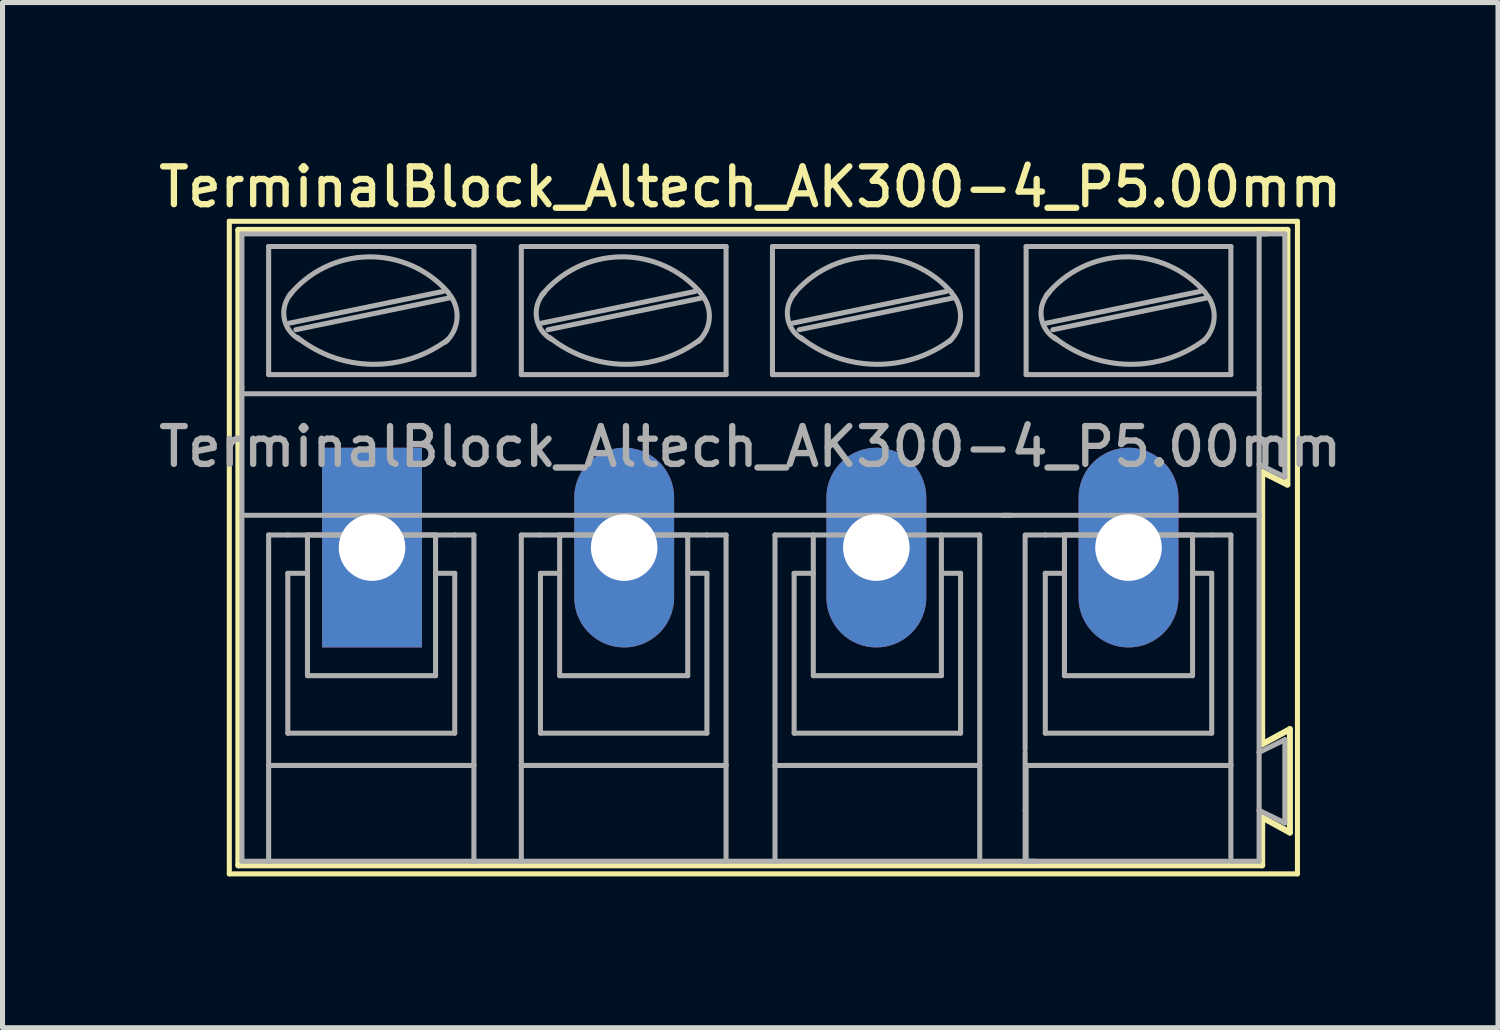
<source format=kicad_pcb>
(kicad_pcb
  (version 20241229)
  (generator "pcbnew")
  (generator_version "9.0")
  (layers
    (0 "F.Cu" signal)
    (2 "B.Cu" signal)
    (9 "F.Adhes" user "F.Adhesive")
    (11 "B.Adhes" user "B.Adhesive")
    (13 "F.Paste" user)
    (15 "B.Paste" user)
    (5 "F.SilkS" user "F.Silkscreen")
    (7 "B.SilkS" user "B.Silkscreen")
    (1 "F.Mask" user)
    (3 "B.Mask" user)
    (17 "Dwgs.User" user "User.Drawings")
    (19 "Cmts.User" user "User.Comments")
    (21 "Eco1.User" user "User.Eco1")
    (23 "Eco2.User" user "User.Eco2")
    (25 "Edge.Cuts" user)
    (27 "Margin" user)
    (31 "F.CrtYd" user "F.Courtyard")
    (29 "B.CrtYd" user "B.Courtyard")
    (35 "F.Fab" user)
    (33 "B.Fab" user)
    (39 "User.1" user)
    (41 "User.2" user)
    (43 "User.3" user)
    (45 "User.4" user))
  (footprint "TerminalBlock_Altech_AK300-4_P5.00mm"
    (layer "F.Cu")
    (at 4.327 7.808)
    (property "Reference" "TerminalBlock_Altech_AK300-4_P5.00mm" (at 7.5 -7.15 0) (layer "F.SilkS") (effects (font (size 0.75 0.75) (thickness 0.125))))
    (attr through_hole)
    (fp_line (start -2.83 -6.47) (end -2.83 6.47) (stroke (width 0.1) (type solid)) (layer "F.SilkS"))
    (fp_line (start -2.83 -6.47) (end 18.35 -6.47) (stroke (width 0.1) (type solid)) (layer "F.SilkS"))
    (fp_line (start -2.65 -6.3) (end 18.15 -6.3) (stroke (width 0.12) (type solid)) (layer "F.SilkS"))
    (fp_line (start -2.65 6.3) (end -2.65 -6.3) (stroke (width 0.12) (type solid)) (layer "F.SilkS"))
    (fp_line (start 17.65 -1.5) (end 17.65 3.9) (stroke (width 0.12) (type solid)) (layer "F.SilkS"))
    (fp_line (start 17.65 3.9) (end 18.2 3.6) (stroke (width 0.12) (type solid)) (layer "F.SilkS"))
    (fp_line (start 17.65 5.35) (end 17.65 6.3) (stroke (width 0.12) (type solid)) (layer "F.SilkS"))
    (fp_line (start 17.65 6.3) (end -2.65 6.3) (stroke (width 0.12) (type solid)) (layer "F.SilkS"))
    (fp_line (start 18.15 -6.3) (end 18.15 -1.25) (stroke (width 0.12) (type solid)) (layer "F.SilkS"))
    (fp_line (start 18.15 -1.25) (end 17.65 -1.5) (stroke (width 0.12) (type solid)) (layer "F.SilkS"))
    (fp_line (start 18.2 3.6) (end 18.2 5.65) (stroke (width 0.12) (type solid)) (layer "F.SilkS"))
    (fp_line (start 18.2 5.65) (end 17.65 5.35) (stroke (width 0.12) (type solid)) (layer "F.SilkS"))
    (fp_line (start 18.35 6.47) (end -2.83 6.47) (stroke (width 0.1) (type solid)) (layer "F.SilkS"))
    (fp_line (start 18.35 6.47) (end 18.35 -6.47) (stroke (width 0.1) (type solid)) (layer "F.SilkS"))
    (fp_line (start -2.58 -3.17) (end -2.58 -6.22) (stroke (width 0.1) (type solid)) (layer "F.Fab"))
    (fp_line (start -2.58 -0.64) (end -2.58 -3.17) (stroke (width 0.1) (type solid)) (layer "F.Fab"))
    (fp_line (start -2.58 6.22) (end -2.58 -0.64) (stroke (width 0.1) (type solid)) (layer "F.Fab"))
    (fp_line (start -2.58 6.22) (end -2.05 6.22) (stroke (width 0.1) (type solid)) (layer "F.Fab"))
    (fp_line (start -2.05 -3.43) (end -2.05 -5.97) (stroke (width 0.1) (type solid)) (layer "F.Fab"))
    (fp_line (start -2.05 -0.25) (end -2.05 4.32) (stroke (width 0.1) (type solid)) (layer "F.Fab"))
    (fp_line (start -2.05 -0.25) (end -1.67 -0.25) (stroke (width 0.1) (type solid)) (layer "F.Fab"))
    (fp_line (start -2.05 4.32) (end -2.05 6.22) (stroke (width 0.1) (type solid)) (layer "F.Fab"))
    (fp_line (start -2.05 6.22) (end 2.02 6.22) (stroke (width 0.1) (type solid)) (layer "F.Fab"))
    (fp_line (start -1.67 0.51) (end -1.28 0.51) (stroke (width 0.1) (type solid)) (layer "F.Fab"))
    (fp_line (start -1.67 3.68) (end -1.67 0.51) (stroke (width 0.1) (type solid)) (layer "F.Fab"))
    (fp_line (start -1.64 -4.45) (end 1.41 -5.08) (stroke (width 0.1) (type solid)) (layer "F.Fab"))
    (fp_line (start -1.51 -4.32) (end 1.53 -4.95) (stroke (width 0.1) (type solid)) (layer "F.Fab"))
    (fp_line (start -1.28 -0.25) (end 1.26 -0.25) (stroke (width 0.1) (type solid)) (layer "F.Fab"))
    (fp_line (start -1.28 2.54) (end -1.28 -0.25) (stroke (width 0.1) (type solid)) (layer "F.Fab"))
    (fp_line (start -1.28 2.54) (end 1.26 2.54) (stroke (width 0.1) (type solid)) (layer "F.Fab"))
    (fp_line (start 1.26 2.54) (end 1.26 -0.25) (stroke (width 0.1) (type solid)) (layer "F.Fab"))
    (fp_line (start 1.64 -0.25) (end -1.67 -0.25) (stroke (width 0.1) (type solid)) (layer "F.Fab"))
    (fp_line (start 1.64 0.51) (end 1.26 0.51) (stroke (width 0.1) (type solid)) (layer "F.Fab"))
    (fp_line (start 1.64 3.68) (end -1.67 3.68) (stroke (width 0.1) (type solid)) (layer "F.Fab"))
    (fp_line (start 1.64 3.68) (end 1.64 0.51) (stroke (width 0.1) (type solid)) (layer "F.Fab"))
    (fp_line (start 2.02 -5.97) (end -2.05 -5.97) (stroke (width 0.1) (type solid)) (layer "F.Fab"))
    (fp_line (start 2.02 -3.43) (end -2.05 -3.43) (stroke (width 0.1) (type solid)) (layer "F.Fab"))
    (fp_line (start 2.02 -3.43) (end 2.02 -5.97) (stroke (width 0.1) (type solid)) (layer "F.Fab"))
    (fp_line (start 2.02 -0.25) (end 1.64 -0.25) (stroke (width 0.1) (type solid)) (layer "F.Fab"))
    (fp_line (start 2.02 4.32) (end -2.05 4.32) (stroke (width 0.1) (type solid)) (layer "F.Fab"))
    (fp_line (start 2.02 4.32) (end 2.02 -0.25) (stroke (width 0.1) (type solid)) (layer "F.Fab"))
    (fp_line (start 2.02 6.22) (end 2.02 4.32) (stroke (width 0.1) (type solid)) (layer "F.Fab"))
    (fp_line (start 2.02 6.22) (end 2.96 6.22) (stroke (width 0.1) (type solid)) (layer "F.Fab"))
    (fp_line (start 2.96 -5.97) (end 7.02 -5.97) (stroke (width 0.1) (type solid)) (layer "F.Fab"))
    (fp_line (start 2.96 -3.43) (end 2.96 -5.97) (stroke (width 0.1) (type solid)) (layer "F.Fab"))
    (fp_line (start 2.96 -0.25) (end 3.34 -0.25) (stroke (width 0.1) (type solid)) (layer "F.Fab"))
    (fp_line (start 2.96 4.32) (end 2.96 -0.25) (stroke (width 0.1) (type solid)) (layer "F.Fab"))
    (fp_line (start 2.96 4.32) (end 7.02 4.32) (stroke (width 0.1) (type solid)) (layer "F.Fab"))
    (fp_line (start 2.96 6.22) (end 2.96 4.32) (stroke (width 0.1) (type solid)) (layer "F.Fab"))
    (fp_line (start 2.96 6.22) (end 7.02 6.22) (stroke (width 0.1) (type solid)) (layer "F.Fab"))
    (fp_line (start 3.34 -0.25) (end 6.64 -0.25) (stroke (width 0.1) (type solid)) (layer "F.Fab"))
    (fp_line (start 3.34 0.51) (end 3.72 0.51) (stroke (width 0.1) (type solid)) (layer "F.Fab"))
    (fp_line (start 3.34 3.68) (end 3.34 0.51) (stroke (width 0.1) (type solid)) (layer "F.Fab"))
    (fp_line (start 3.36 -4.45) (end 6.41 -5.08) (stroke (width 0.1) (type solid)) (layer "F.Fab"))
    (fp_line (start 3.49 -4.32) (end 6.54 -4.95) (stroke (width 0.1) (type solid)) (layer "F.Fab"))
    (fp_line (start 3.72 -0.25) (end 6.26 -0.25) (stroke (width 0.1) (type solid)) (layer "F.Fab"))
    (fp_line (start 3.72 2.54) (end 3.72 -0.25) (stroke (width 0.1) (type solid)) (layer "F.Fab"))
    (fp_line (start 3.72 2.54) (end 6.26 2.54) (stroke (width 0.1) (type solid)) (layer "F.Fab"))
    (fp_line (start 6.26 2.54) (end 6.26 -0.25) (stroke (width 0.1) (type solid)) (layer "F.Fab"))
    (fp_line (start 6.64 0.51) (end 6.26 0.51) (stroke (width 0.1) (type solid)) (layer "F.Fab"))
    (fp_line (start 6.64 3.68) (end 3.34 3.68) (stroke (width 0.1) (type solid)) (layer "F.Fab"))
    (fp_line (start 6.64 3.68) (end 6.64 0.51) (stroke (width 0.1) (type solid)) (layer "F.Fab"))
    (fp_line (start 7.02 -5.97) (end 7.02 -3.43) (stroke (width 0.1) (type solid)) (layer "F.Fab"))
    (fp_line (start 7.02 -3.43) (end 2.96 -3.43) (stroke (width 0.1) (type solid)) (layer "F.Fab"))
    (fp_line (start 7.02 -0.25) (end 6.64 -0.25) (stroke (width 0.1) (type solid)) (layer "F.Fab"))
    (fp_line (start 7.02 -0.25) (end 7.02 4.32) (stroke (width 0.1) (type solid)) (layer "F.Fab"))
    (fp_line (start 7.02 4.32) (end 7.02 6.22) (stroke (width 0.1) (type solid)) (layer "F.Fab"))
    (fp_line (start 7.94 -5.97) (end 12 -5.97) (stroke (width 0.1) (type solid)) (layer "F.Fab"))
    (fp_line (start 7.94 -3.43) (end 7.94 -5.97) (stroke (width 0.1) (type solid)) (layer "F.Fab"))
    (fp_line (start 7.99 -0.25) (end 12.05 -0.25) (stroke (width 0.1) (type solid)) (layer "F.Fab"))
    (fp_line (start 7.99 4.32) (end 12.05 4.32) (stroke (width 0.1) (type solid)) (layer "F.Fab"))
    (fp_line (start 7.99 6.22) (end 7.99 -0.25) (stroke (width 0.1) (type solid)) (layer "F.Fab"))
    (fp_line (start 8.34 -4.45) (end 11.39 -5.08) (stroke (width 0.1) (type solid)) (layer "F.Fab"))
    (fp_line (start 8.37 0.51) (end 8.37 3.68) (stroke (width 0.1) (type solid)) (layer "F.Fab"))
    (fp_line (start 8.37 0.51) (end 8.75 0.51) (stroke (width 0.1) (type solid)) (layer "F.Fab"))
    (fp_line (start 8.37 3.68) (end 11.67 3.68) (stroke (width 0.1) (type solid)) (layer "F.Fab"))
    (fp_line (start 8.47 -4.32) (end 11.52 -4.95) (stroke (width 0.1) (type solid)) (layer "F.Fab"))
    (fp_line (start 8.75 -0.25) (end 8.75 2.54) (stroke (width 0.1) (type solid)) (layer "F.Fab"))
    (fp_line (start 8.75 2.54) (end 11.29 2.54) (stroke (width 0.1) (type solid)) (layer "F.Fab"))
    (fp_line (start 11.29 2.54) (end 11.29 -0.25) (stroke (width 0.1) (type solid)) (layer "F.Fab"))
    (fp_line (start 11.67 0.51) (end 11.29 0.51) (stroke (width 0.1) (type solid)) (layer "F.Fab"))
    (fp_line (start 11.67 3.68) (end 11.67 0.51) (stroke (width 0.1) (type solid)) (layer "F.Fab"))
    (fp_line (start 12 -5.97) (end 12 -3.43) (stroke (width 0.1) (type solid)) (layer "F.Fab"))
    (fp_line (start 12 -3.43) (end 7.94 -3.43) (stroke (width 0.1) (type solid)) (layer "F.Fab"))
    (fp_line (start 12.05 6.22) (end 12.05 -0.25) (stroke (width 0.1) (type solid)) (layer "F.Fab"))
    (fp_line (start 12.51 -0.64) (end 17.59 -0.64) (stroke (width 0.1) (type solid)) (layer "F.Fab"))
    (fp_line (start 12.66 -0.64) (end -2.52 -0.64) (stroke (width 0.1) (type solid)) (layer "F.Fab"))
    (fp_line (start 12.95 4) (end 12.95 -0.25) (stroke (width 0.1) (type solid)) (layer "F.Fab"))
    (fp_line (start 12.95 4.06) (end 12.95 5.21) (stroke (width 0.1) (type solid)) (layer "F.Fab"))
    (fp_line (start 12.95 5.21) (end 12.95 6.22) (stroke (width 0.1) (type solid)) (layer "F.Fab"))
    (fp_line (start 12.97 -5.97) (end 17.03 -5.97) (stroke (width 0.1) (type solid)) (layer "F.Fab"))
    (fp_line (start 12.97 -3.43) (end 12.97 -5.97) (stroke (width 0.1) (type solid)) (layer "F.Fab"))
    (fp_line (start 12.97 -0.25) (end 13.35 -0.25) (stroke (width 0.1) (type solid)) (layer "F.Fab"))
    (fp_line (start 12.97 4.32) (end 17.03 4.32) (stroke (width 0.1) (type solid)) (layer "F.Fab"))
    (fp_line (start 12.97 6.22) (end 12.97 4.32) (stroke (width 0.1) (type solid)) (layer "F.Fab"))
    (fp_line (start 13.17 6.22) (end 7.07 6.22) (stroke (width 0.1) (type solid)) (layer "F.Fab"))
    (fp_line (start 13.35 -0.25) (end 16.65 -0.25) (stroke (width 0.1) (type solid)) (layer "F.Fab"))
    (fp_line (start 13.35 0.51) (end 13.73 0.51) (stroke (width 0.1) (type solid)) (layer "F.Fab"))
    (fp_line (start 13.35 3.68) (end 13.35 0.51) (stroke (width 0.1) (type solid)) (layer "F.Fab"))
    (fp_line (start 13.37 -4.45) (end 16.42 -5.08) (stroke (width 0.1) (type solid)) (layer "F.Fab"))
    (fp_line (start 13.5 -4.32) (end 16.55 -4.95) (stroke (width 0.1) (type solid)) (layer "F.Fab"))
    (fp_line (start 13.73 -0.25) (end 16.27 -0.25) (stroke (width 0.1) (type solid)) (layer "F.Fab"))
    (fp_line (start 13.73 2.54) (end 13.73 -0.25) (stroke (width 0.1) (type solid)) (layer "F.Fab"))
    (fp_line (start 13.73 2.54) (end 16.27 2.54) (stroke (width 0.1) (type solid)) (layer "F.Fab"))
    (fp_line (start 16.27 2.54) (end 16.27 -0.25) (stroke (width 0.1) (type solid)) (layer "F.Fab"))
    (fp_line (start 16.65 0.51) (end 16.27 0.51) (stroke (width 0.1) (type solid)) (layer "F.Fab"))
    (fp_line (start 16.65 3.68) (end 13.35 3.68) (stroke (width 0.1) (type solid)) (layer "F.Fab"))
    (fp_line (start 16.65 3.68) (end 16.65 0.51) (stroke (width 0.1) (type solid)) (layer "F.Fab"))
    (fp_line (start 16.95 6.22) (end 13.02 6.22) (stroke (width 0.1) (type solid)) (layer "F.Fab"))
    (fp_line (start 17.03 -5.97) (end 17.03 -3.43) (stroke (width 0.1) (type solid)) (layer "F.Fab"))
    (fp_line (start 17.03 -3.43) (end 12.97 -3.43) (stroke (width 0.1) (type solid)) (layer "F.Fab"))
    (fp_line (start 17.03 -0.25) (end 16.65 -0.25) (stroke (width 0.1) (type solid)) (layer "F.Fab"))
    (fp_line (start 17.03 -0.25) (end 17.03 4.32) (stroke (width 0.1) (type solid)) (layer "F.Fab"))
    (fp_line (start 17.03 4.32) (end 17.03 6.22) (stroke (width 0.1) (type solid)) (layer "F.Fab"))
    (fp_line (start 17.03 6.22) (end 17.59 6.22) (stroke (width 0.1) (type solid)) (layer "F.Fab"))
    (fp_line (start 17.59 -6.22) (end 17.59 -3.17) (stroke (width 0.1) (type solid)) (layer "F.Fab"))
    (fp_line (start 17.59 -6.22) (end 18.1 -6.22) (stroke (width 0.1) (type solid)) (layer "F.Fab"))
    (fp_line (start 17.59 -3.17) (end 17.59 -1.65) (stroke (width 0.1) (type solid)) (layer "F.Fab"))
    (fp_line (start 17.59 -3.05) (end -2.58 -3.05) (stroke (width 0.1) (type solid)) (layer "F.Fab"))
    (fp_line (start 17.59 -1.65) (end 17.59 -0.64) (stroke (width 0.1) (type solid)) (layer "F.Fab"))
    (fp_line (start 17.59 -0.64) (end 17.59 4.06) (stroke (width 0.1) (type solid)) (layer "F.Fab"))
    (fp_line (start 17.59 4.06) (end 17.59 5.21) (stroke (width 0.1) (type solid)) (layer "F.Fab"))
    (fp_line (start 17.59 5.21) (end 17.59 6.22) (stroke (width 0.1) (type solid)) (layer "F.Fab"))
    (fp_line (start 17.74 -6.22) (end -2.58 -6.22) (stroke (width 0.1) (type solid)) (layer "F.Fab"))
    (fp_line (start 18.1 -6.22) (end 18.1 -1.4) (stroke (width 0.1) (type solid)) (layer "F.Fab"))
    (fp_line (start 18.1 -1.4) (end 17.59 -1.65) (stroke (width 0.1) (type solid)) (layer "F.Fab"))
    (fp_line (start 18.1 3.81) (end 17.59 4.06) (stroke (width 0.1) (type solid)) (layer "F.Fab"))
    (fp_line (start 18.1 3.81) (end 18.1 5.46) (stroke (width 0.1) (type solid)) (layer "F.Fab"))
    (fp_line (start 18.1 5.46) (end 17.59 5.21) (stroke (width 0.1) (type solid)) (layer "F.Fab"))
    (fp_arc (start -1.64 -5) (mid -0.080263 -5.764867) (end 1.508239 -5.061686) (stroke (width 0.1) (type solid)) (layer "F.Fab"))
    (fp_arc (start -1.44 -4.13) (mid -1.742324 -4.551515) (end -1.595426 -5.049005) (stroke (width 0.1) (type solid)) (layer "F.Fab"))
    (fp_arc (start 1.5 -4.12) (mid 0.000583 -3.634318) (end -1.482333 -4.168263) (stroke (width 0.1) (type solid)) (layer "F.Fab"))
    (fp_arc (start 1.51 -5.05) (mid 1.685733 -4.551652) (end 1.455532 -4.076005) (stroke (width 0.1) (type solid)) (layer "F.Fab"))
    (fp_arc (start 3.36 -5) (mid 4.919737 -5.764867) (end 6.508239 -5.061686) (stroke (width 0.1) (type solid)) (layer "F.Fab"))
    (fp_arc (start 3.56 -4.13) (mid 3.261534 -4.559406) (end 3.417028 -5.058699) (stroke (width 0.1) (type solid)) (layer "F.Fab"))
    (fp_arc (start 6.5 -4.12) (mid 5.000583 -3.634318) (end 3.517667 -4.168263) (stroke (width 0.1) (type solid)) (layer "F.Fab"))
    (fp_arc (start 6.51 -5.05) (mid 6.688693 -4.558754) (end 6.465619 -4.086005) (stroke (width 0.1) (type solid)) (layer "F.Fab"))
    (fp_arc (start 8.34 -5) (mid 9.899737 -5.764867) (end 11.488239 -5.061686) (stroke (width 0.1) (type solid)) (layer "F.Fab"))
    (fp_arc (start 8.54 -4.13) (mid 8.241534 -4.559406) (end 8.397028 -5.058699) (stroke (width 0.1) (type solid)) (layer "F.Fab"))
    (fp_arc (start 11.48 -4.12) (mid 9.980583 -3.634318) (end 8.497667 -4.168263) (stroke (width 0.1) (type solid)) (layer "F.Fab"))
    (fp_arc (start 11.49 -5.05) (mid 11.668693 -4.558754) (end 11.445619 -4.086005) (stroke (width 0.1) (type solid)) (layer "F.Fab"))
    (fp_arc (start 13.37 -5) (mid 14.929737 -5.764867) (end 16.518239 -5.061686) (stroke (width 0.1) (type solid)) (layer "F.Fab"))
    (fp_arc (start 13.57 -4.13) (mid 13.271534 -4.559406) (end 13.427028 -5.058699) (stroke (width 0.1) (type solid)) (layer "F.Fab"))
    (fp_arc (start 16.51 -4.12) (mid 15.010583 -3.634318) (end 13.527667 -4.168263) (stroke (width 0.1) (type solid)) (layer "F.Fab"))
    (fp_arc (start 16.52 -5.05) (mid 16.698693 -4.558754) (end 16.475619 -4.086005) (stroke (width 0.1) (type solid)) (layer "F.Fab"))
    (fp_text user "${REFERENCE}" (at 7.5 -2 0) (layer "F.Fab") (effects (font (size 0.75 0.75) (thickness 0.125))))
    (pad "1" thru_hole rect (at 0 0) (size 1.98 3.96) (drill 1.32) (layers "*.Cu" "*.Mask"))
    (pad "2" thru_hole oval (at 5 0) (size 1.98 3.96) (drill 1.32) (layers "*.Cu" "*.Mask"))
    (pad "3" thru_hole oval (at 10 0) (size 1.98 3.96) (drill 1.32) (layers "*.Cu" "*.Mask"))
    (pad "4" thru_hole oval (at 15 0) (size 1.98 3.96) (drill 1.32) (layers "*.Cu" "*.Mask")))
  (gr_rect
    (start -3 -3)
    (end 26.654 17.328)
    (stroke (width 0.1) (type default))
    (fill no)
    (layer "Edge.Cuts")))
</source>
